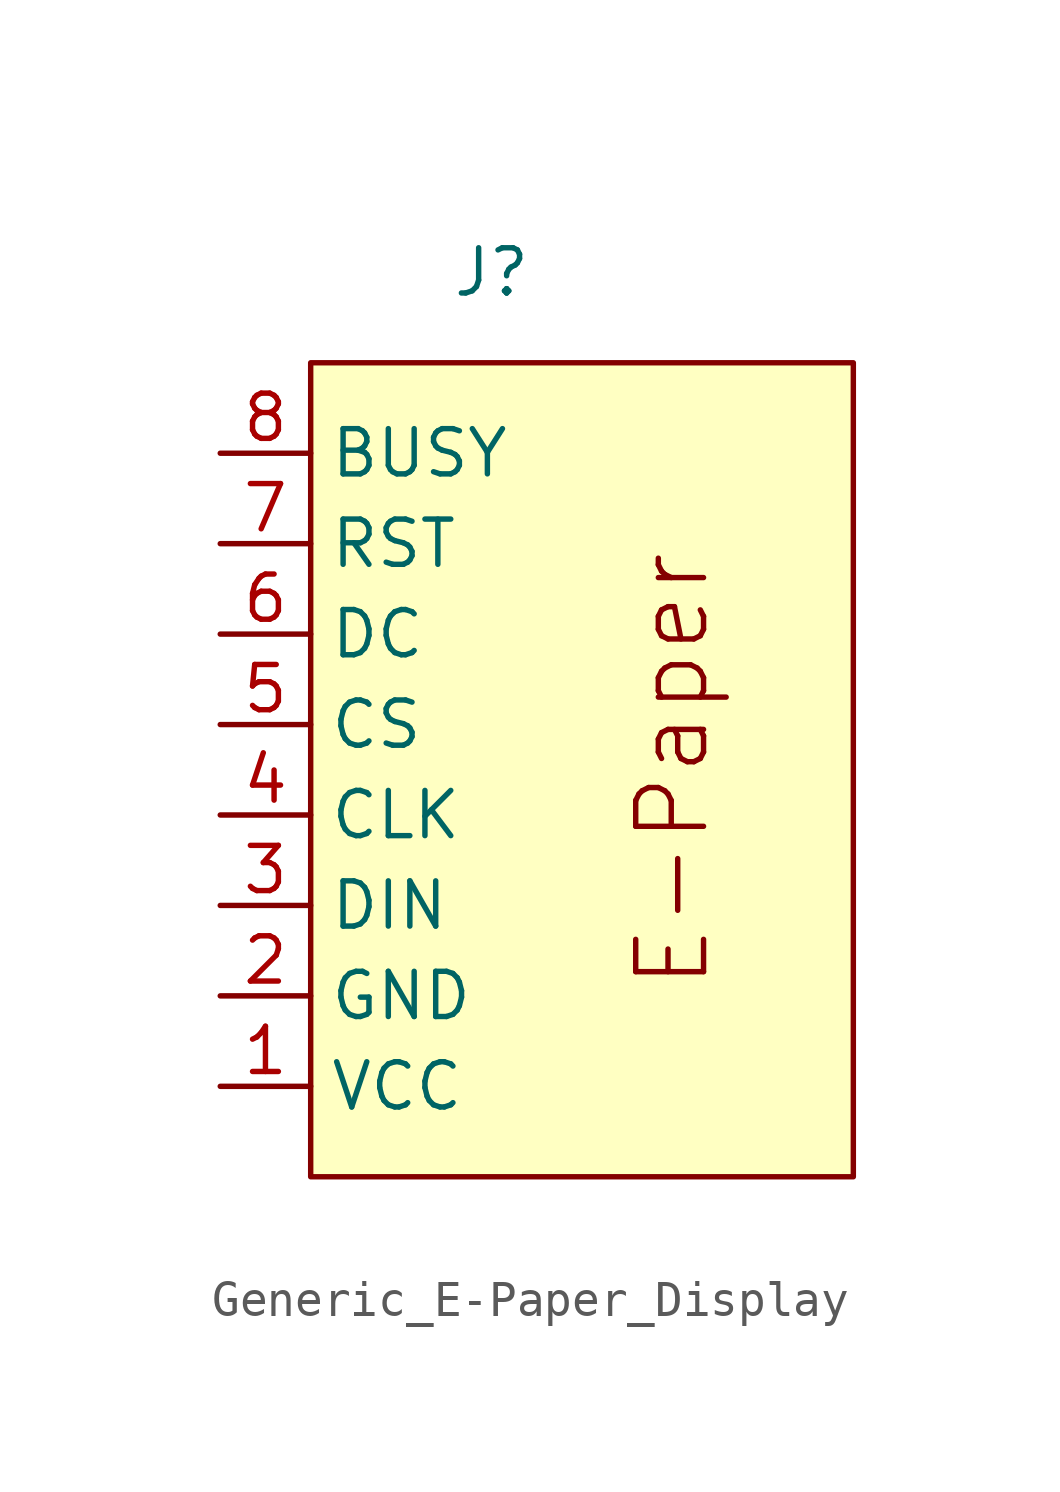
<source format=kicad_sym>
(kicad_symbol_lib
  (version 20220914)
  (generator kicad_symbol_editor)
  (symbol "Generic_E-Paper_Display"
    (property "Reference" "J"
      (at 0 0 0)
      (effects (font (size 1.27 1.27))))
    (property "Value" ""
      (at 0 0 0)
      (effects (font (size 1.27 1.27))))
    (symbol "Generic_E-Paper_Display_1_1"
      (rectangle (start -5.08 -2.54) (end 10.16 -25.4) (stroke (width 0) (type default)) (fill (type background)))
      (text "E-Paper" (at 5.08 -13.97 900) (effects (font (size 1.905 1.905))))
      (pin passive line (at -7.62 -22.86 0) (length 2.54) (name "VCC" (effects (font (size 1.27 1.27)))) (number "1" (effects (font (size 1.27 1.27)))))
      (pin passive line (at -7.62 -20.32 0) (length 2.54) (name "GND" (effects (font (size 1.27 1.27)))) (number "2" (effects (font (size 1.27 1.27)))))
      (pin passive line (at -7.62 -17.78 0) (length 2.54) (name "DIN" (effects (font (size 1.27 1.27)))) (number "3" (effects (font (size 1.27 1.27)))))
      (pin passive line (at -7.62 -15.24 0) (length 2.54) (name "CLK" (effects (font (size 1.27 1.27)))) (number "4" (effects (font (size 1.27 1.27)))))
      (pin passive line (at -7.62 -12.7 0) (length 2.54) (name "CS" (effects (font (size 1.27 1.27)))) (number "5" (effects (font (size 1.27 1.27)))))
      (pin passive line (at -7.62 -10.16 0) (length 2.54) (name "DC" (effects (font (size 1.27 1.27)))) (number "6" (effects (font (size 1.27 1.27)))))
      (pin passive line (at -7.62 -7.62 0) (length 2.54) (name "RST" (effects (font (size 1.27 1.27)))) (number "7" (effects (font (size 1.27 1.27)))))
      (pin passive line (at -7.62 -5.08 0) (length 2.54) (name "BUSY" (effects (font (size 1.27 1.27)))) (number "8" (effects (font (size 1.27 1.27))))))))
</source>
